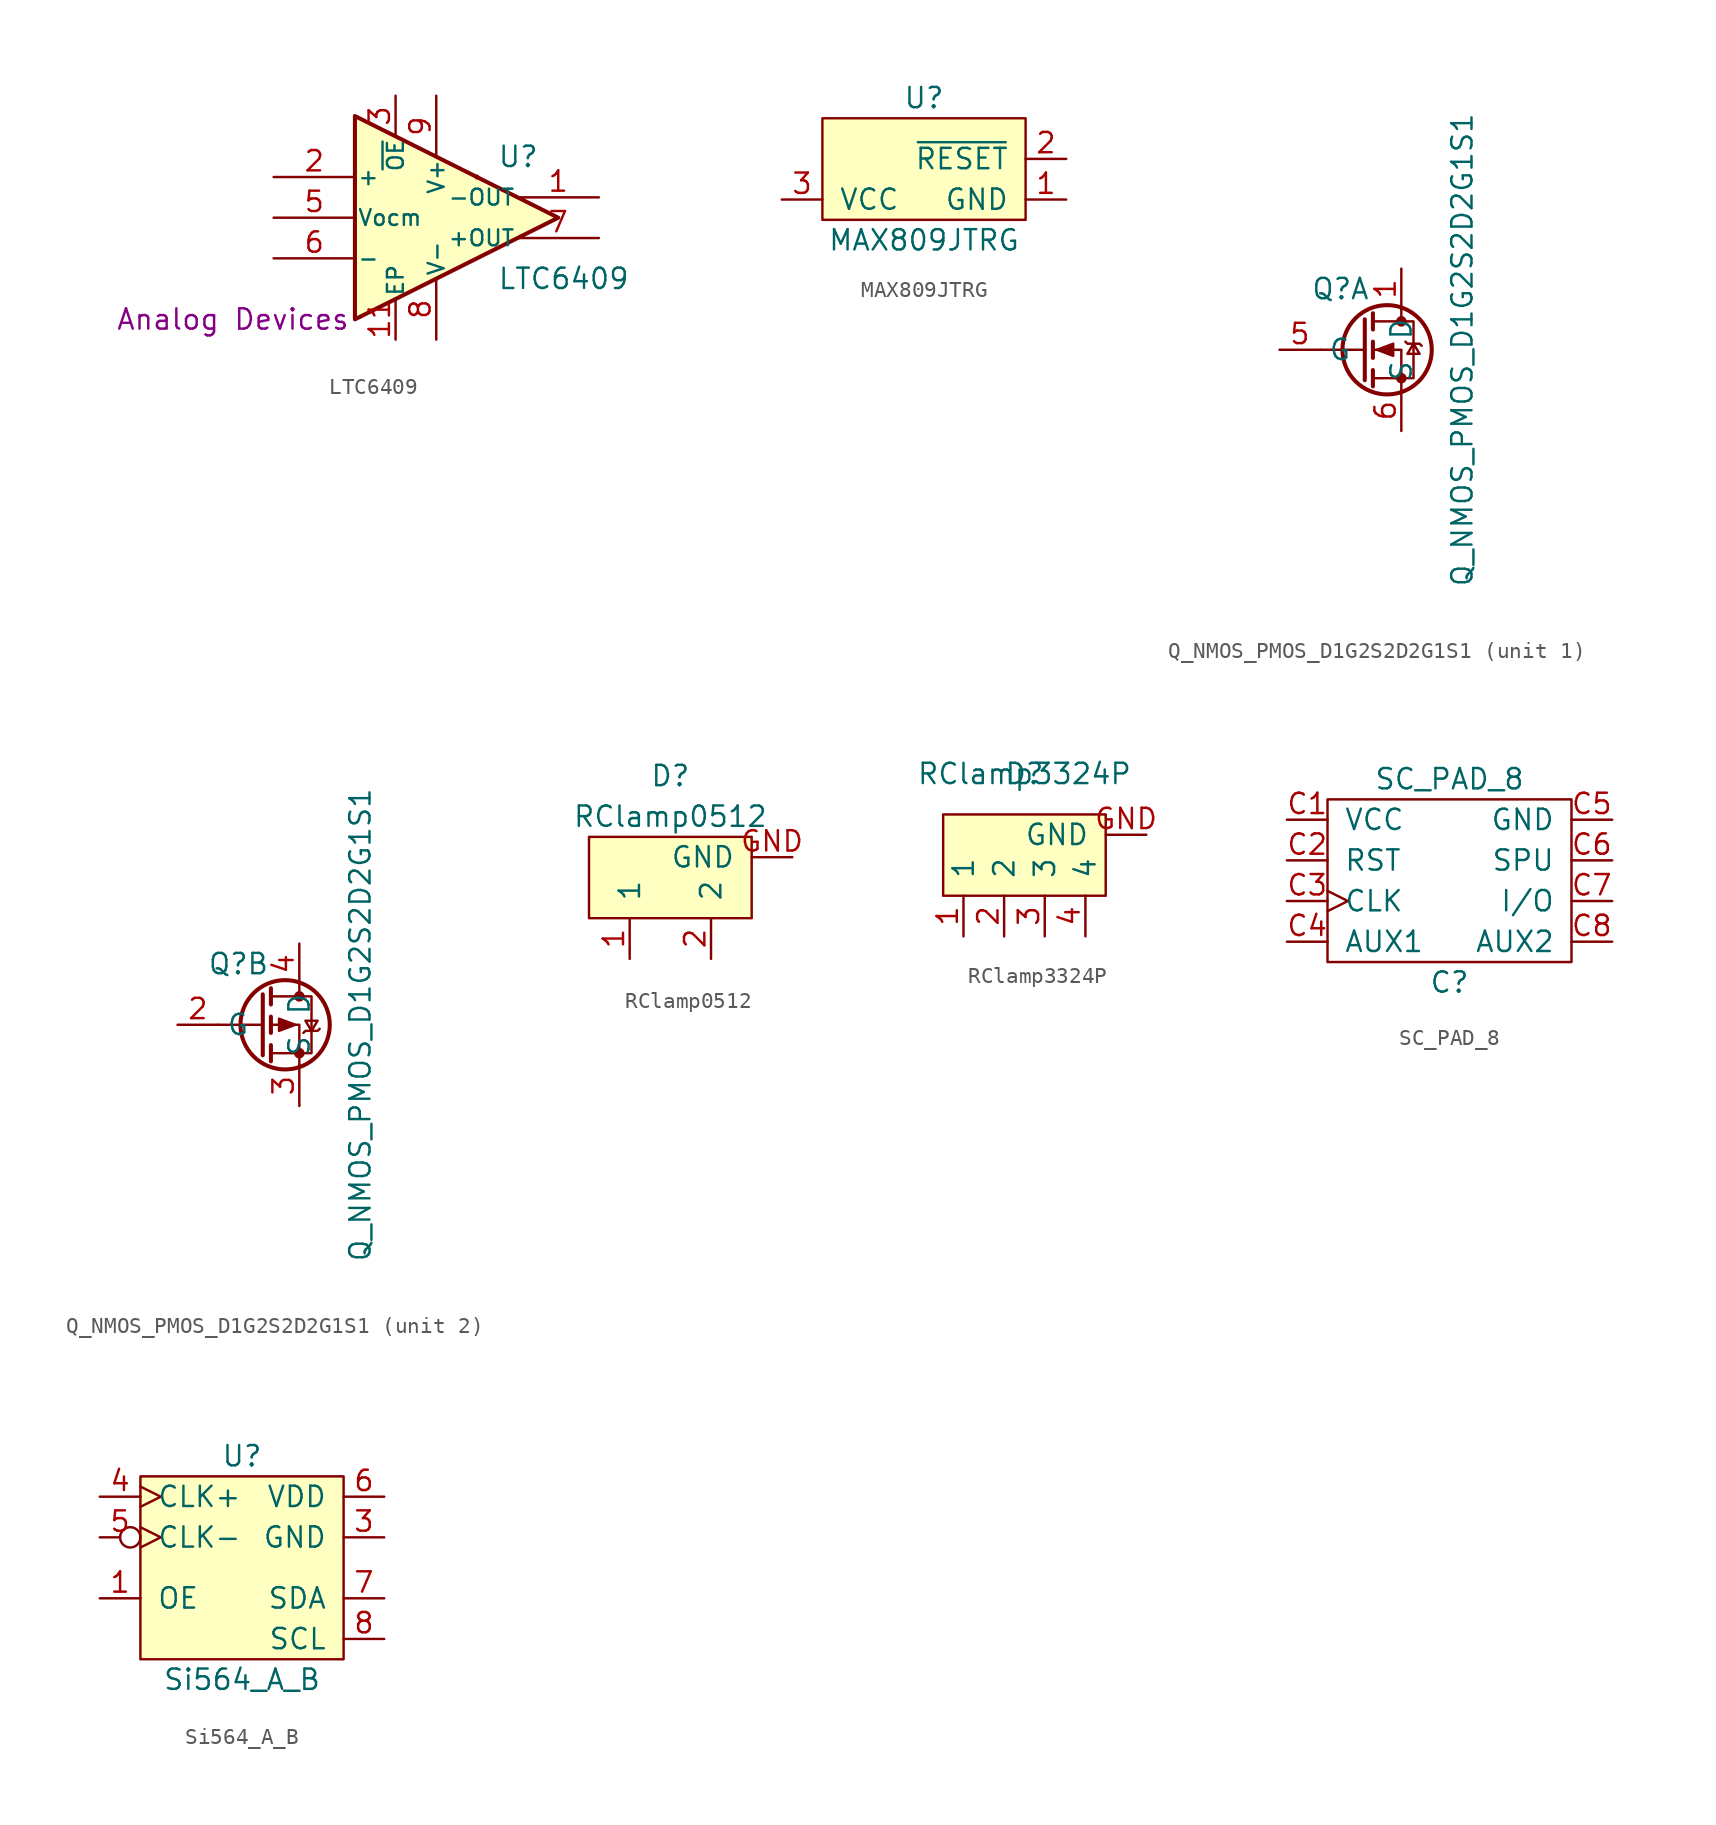
<source format=kicad_sym>
(kicad_symbol_lib
  (version 20211014)
  (generator kicad_symbol_editor)
  (symbol "LTC6409"
    (pin_names
      (offset 0.127))
    (property "Reference" "U"
      (at 3.81 3.81 0)
      (effects (font (size 1.27 1.27)) (justify left)))
    (property "Value" "LTC6409"
      (at 3.81 -3.81 0)
      (effects (font (size 1.27 1.27)) (justify left)))
    (property "MFR" "Analog Devices"
      (at -12.7 -6.35 0)
      (effects (font (size 1.27 1.27))))
    (symbol "LTC6409_0_1"
      (polyline (pts (xy -5.08 6.35) (xy -5.08 -6.35) (xy 7.62 0) (xy -5.08 6.35)) (stroke (width 0.254) (type default) (color 0 0 0 0)) (fill (type background)))
      (circle (center 2.54 2.54) (radius 0.0001) (stroke (width 0) (type default) (color 0 0 0 0)) (fill (type none))))
    (symbol "LTC6409_1_1"
      (pin output line (at 10.16 1.27 180) (length 5.08) (name "-OUT" (effects (font (size 0.991 0.991)))) (number "1" (effects (font (size 1.27 1.27)))))
      (pin passive line (at 0 -7.62 90) (length 3.81) hide (name "V-" (effects (font (size 0.991 0.991)))) (number "10" (effects (font (size 1.27 1.27)))))
      (pin passive line (at -2.54 -7.62 90) (length 2.54) (name "EP" (effects (font (size 0.991 0.991)))) (number "11" (effects (font (size 1.27 1.27)))))
      (pin input line (at -10.16 2.54 0) (length 5.08) (name "+" (effects (font (size 0.991 0.991)))) (number "2" (effects (font (size 1.27 1.27)))))
      (pin passive line (at -2.54 7.62 270) (length 2.54) (name "~{OE}" (effects (font (size 0.991 0.991)))) (number "3" (effects (font (size 1.27 1.27)))))
      (pin passive line (at 0 7.62 270) (length 3.81) hide (name "V+" (effects (font (size 0.991 0.991)))) (number "4" (effects (font (size 1.27 1.27)))))
      (pin input line (at -10.16 0 0) (length 5.08) (name "Vocm" (effects (font (size 0.991 0.991)))) (number "5" (effects (font (size 1.27 1.27)))))
      (pin input line (at -10.16 -2.54 0) (length 5.08) (name "-" (effects (font (size 0.991 0.991)))) (number "6" (effects (font (size 1.27 1.27)))))
      (pin output line (at 10.16 -1.27 180) (length 5.08) (name "+OUT" (effects (font (size 0.991 0.991)))) (number "7" (effects (font (size 1.27 1.27)))))
      (pin power_in line (at 0 -7.62 90) (length 3.81) (name "V-" (effects (font (size 0.991 0.991)))) (number "8" (effects (font (size 1.27 1.27)))))
      (pin power_in line (at 0 7.62 270) (length 3.81) (name "V+" (effects (font (size 0.991 0.991)))) (number "9" (effects (font (size 1.27 1.27)))))))
  (symbol "MAX809JTRG"
    (pin_names
      (offset 1.016))
    (property "Reference" "U"
      (at 0 2.54 0)
      (effects (font (size 1.27 1.27))))
    (property "Value" "MAX809JTRG"
      (at 0 -6.35 0)
      (effects (font (size 1.27 1.27))))
    (symbol "MAX809JTRG_0_1"
      (rectangle (start -6.35 1.27) (end 6.35 -5.08) (stroke (width 0) (type default) (color 0 0 0 0)) (fill (type background))))
    (symbol "MAX809JTRG_1_1"
      (pin passive line (at 8.89 -3.81 180) (length 2.54) (name "GND" (effects (font (size 1.27 1.27)))) (number "1" (effects (font (size 1.27 1.27)))))
      (pin passive line (at 8.89 -1.27 180) (length 2.54) (name "~{RESET}" (effects (font (size 1.27 1.27)))) (number "2" (effects (font (size 1.27 1.27)))))
      (pin input line (at -8.89 -3.81 0) (length 2.54) (name "VCC" (effects (font (size 1.27 1.27)))) (number "3" (effects (font (size 1.27 1.27)))))))
  (symbol "Q_NMOS_PMOS_D1G2S2D2G1S1"
    (property "Reference" "Q"
      (at -3.81 3.81 0)
      (effects (font (size 1.27 1.27))))
    (property "Value" "Q_NMOS_PMOS_D1G2S2D2G1S1"
      (at 3.81 0 90)
      (effects (font (size 1.27 1.27))))
    (property "ki_locked" ""
      (at 0 0 0)
      (effects (font (size 1.27 1.27))))
    (symbol "Q_NMOS_PMOS_D1G2S2D2G1S1_1_1"
      (circle (center -0.889 0) (radius 2.794) (stroke (width 0.254) (type default) (color 0 0 0 0)) (fill (type none)))
      (circle (center 0 -1.778) (radius 0.254) (stroke (width 0) (type default) (color 0 0 0 0)) (fill (type outline)))
      (polyline (pts (xy -2.286 0) (xy -5.08 0)) (stroke (width 0) (type default) (color 0 0 0 0)) (fill (type none)))
      (polyline (pts (xy -2.286 1.905) (xy -2.286 -1.905)) (stroke (width 0.254) (type default) (color 0 0 0 0)) (fill (type none)))
      (polyline (pts (xy -1.778 -1.27) (xy -1.778 -2.286)) (stroke (width 0.254) (type default) (color 0 0 0 0)) (fill (type none)))
      (polyline (pts (xy -1.778 0.508) (xy -1.778 -0.508)) (stroke (width 0.254) (type default) (color 0 0 0 0)) (fill (type none)))
      (polyline (pts (xy -1.778 2.286) (xy -1.778 1.27)) (stroke (width 0.254) (type default) (color 0 0 0 0)) (fill (type none)))
      (polyline (pts (xy 0 2.54) (xy 0 1.778)) (stroke (width 0) (type default) (color 0 0 0 0)) (fill (type none)))
      (polyline (pts (xy 0 -2.54) (xy 0 0) (xy -1.778 0)) (stroke (width 0) (type default) (color 0 0 0 0)) (fill (type none)))
      (polyline (pts (xy -1.778 -1.778) (xy 0.762 -1.778) (xy 0.762 1.778) (xy -1.778 1.778)) (stroke (width 0) (type default) (color 0 0 0 0)) (fill (type none)))
      (polyline (pts (xy -1.524 0) (xy -0.508 0.381) (xy -0.508 -0.381) (xy -1.524 0)) (stroke (width 0) (type default) (color 0 0 0 0)) (fill (type outline)))
      (polyline (pts (xy 0.254 0.508) (xy 0.381 0.381) (xy 1.143 0.381) (xy 1.27 0.254)) (stroke (width 0) (type default) (color 0 0 0 0)) (fill (type none)))
      (polyline (pts (xy 0.762 0.381) (xy 0.381 -0.254) (xy 1.143 -0.254) (xy 0.762 0.381)) (stroke (width 0) (type default) (color 0 0 0 0)) (fill (type none)))
      (circle (center 0 1.778) (radius 0.254) (stroke (width 0) (type default) (color 0 0 0 0)) (fill (type outline)))
      (pin passive line (at 0 5.08 270) (length 2.54) (name "D" (effects (font (size 1.27 1.27)))) (number "1" (effects (font (size 1.27 1.27)))))
      (pin input line (at -7.62 0 0) (length 2.54) (name "G" (effects (font (size 1.27 1.27)))) (number "5" (effects (font (size 1.27 1.27)))))
      (pin passive line (at 0 -5.08 90) (length 2.54) (name "S" (effects (font (size 1.27 1.27)))) (number "6" (effects (font (size 1.27 1.27))))))
    (symbol "Q_NMOS_PMOS_D1G2S2D2G1S1_2_1"
      (circle (center -0.889 0) (radius 2.794) (stroke (width 0.254) (type default) (color 0 0 0 0)) (fill (type none)))
      (circle (center 0 -1.778) (radius 0.254) (stroke (width 0) (type default) (color 0 0 0 0)) (fill (type outline)))
      (polyline (pts (xy -2.286 0) (xy -5.08 0)) (stroke (width 0) (type default) (color 0 0 0 0)) (fill (type none)))
      (polyline (pts (xy -2.286 1.905) (xy -2.286 -1.905)) (stroke (width 0.254) (type default) (color 0 0 0 0)) (fill (type none)))
      (polyline (pts (xy -1.778 -1.27) (xy -1.778 -2.286)) (stroke (width 0.254) (type default) (color 0 0 0 0)) (fill (type none)))
      (polyline (pts (xy -1.778 0.508) (xy -1.778 -0.508)) (stroke (width 0.254) (type default) (color 0 0 0 0)) (fill (type none)))
      (polyline (pts (xy -1.778 2.286) (xy -1.778 1.27)) (stroke (width 0.254) (type default) (color 0 0 0 0)) (fill (type none)))
      (polyline (pts (xy 0 2.54) (xy 0 1.778)) (stroke (width 0) (type default) (color 0 0 0 0)) (fill (type none)))
      (polyline (pts (xy 0 -2.54) (xy 0 0) (xy -1.778 0)) (stroke (width 0) (type default) (color 0 0 0 0)) (fill (type none)))
      (polyline (pts (xy -1.778 1.778) (xy 0.762 1.778) (xy 0.762 -1.778) (xy -1.778 -1.778)) (stroke (width 0) (type default) (color 0 0 0 0)) (fill (type none)))
      (polyline (pts (xy -0.254 0) (xy -1.27 0.381) (xy -1.27 -0.381) (xy -0.254 0)) (stroke (width 0) (type default) (color 0 0 0 0)) (fill (type outline)))
      (polyline (pts (xy 0.254 -0.508) (xy 0.381 -0.381) (xy 1.143 -0.381) (xy 1.27 -0.254)) (stroke (width 0) (type default) (color 0 0 0 0)) (fill (type none)))
      (polyline (pts (xy 0.762 -0.381) (xy 0.381 0.254) (xy 1.143 0.254) (xy 0.762 -0.381)) (stroke (width 0) (type default) (color 0 0 0 0)) (fill (type none)))
      (circle (center 0 1.778) (radius 0.254) (stroke (width 0) (type default) (color 0 0 0 0)) (fill (type outline)))
      (pin input line (at -7.62 0 0) (length 2.54) (name "G" (effects (font (size 1.27 1.27)))) (number "2" (effects (font (size 1.27 1.27)))))
      (pin passive line (at 0 -5.08 90) (length 2.54) (name "S" (effects (font (size 1.27 1.27)))) (number "3" (effects (font (size 1.27 1.27)))))
      (pin passive line (at 0 5.08 270) (length 2.54) (name "D" (effects (font (size 1.27 1.27)))) (number "4" (effects (font (size 1.27 1.27)))))))
  (symbol "RClamp0512"
    (pin_names
      (offset 1.016))
    (property "Reference" "D"
      (at 0 6.35 0)
      (effects (font (size 1.27 1.27))))
    (property "Value" "RClamp0512"
      (at 0 3.81 0)
      (effects (font (size 1.27 1.27))))
    (symbol "RClamp0512_0_1"
      (rectangle (start 5.08 -2.54) (end -5.08 2.54) (stroke (width 0) (type default) (color 0 0 0 0)) (fill (type background))))
    (symbol "RClamp0512_1_1"
      (pin passive line (at -2.54 -5.08 90) (length 2.54) (name "1" (effects (font (size 1.27 1.27)))) (number "1" (effects (font (size 1.27 1.27)))))
      (pin passive line (at 2.54 -5.08 90) (length 2.54) (name "2" (effects (font (size 1.27 1.27)))) (number "2" (effects (font (size 1.27 1.27)))))
      (pin passive line (at 7.62 1.27 180) (length 2.54) (name "GND" (effects (font (size 1.27 1.27)))) (number "GND" (effects (font (size 1.27 1.27)))))))
  (symbol "RClamp3324P"
    (pin_names
      (offset 1.016))
    (property "Reference" "D"
      (at 0 3.81 0)
      (effects (font (size 1.27 1.27))))
    (property "Value" "RClamp3324P"
      (at 0 3.81 0)
      (effects (font (size 1.27 1.27))))
    (symbol "RClamp3324P_0_1"
      (rectangle (start 5.08 -3.81) (end -5.08 1.27) (stroke (width 0) (type default) (color 0 0 0 0)) (fill (type background))))
    (symbol "RClamp3324P_1_1"
      (pin passive line (at -3.81 -6.35 90) (length 2.54) (name "1" (effects (font (size 1.27 1.27)))) (number "1" (effects (font (size 1.27 1.27)))))
      (pin passive line (at -1.27 -6.35 90) (length 2.54) (name "2" (effects (font (size 1.27 1.27)))) (number "2" (effects (font (size 1.27 1.27)))))
      (pin passive line (at 1.27 -6.35 90) (length 2.54) (name "3" (effects (font (size 1.27 1.27)))) (number "3" (effects (font (size 1.27 1.27)))))
      (pin passive line (at 3.81 -6.35 90) (length 2.54) (name "4" (effects (font (size 1.27 1.27)))) (number "4" (effects (font (size 1.27 1.27)))))
      (pin passive line (at 7.62 0 180) (length 2.54) (name "GND" (effects (font (size 1.27 1.27)))) (number "GND" (effects (font (size 1.27 1.27)))))))
  (symbol "SC_PAD_8"
    (pin_names
      (offset 1.016))
    (property "Reference" "C"
      (at 0 -6.35 0)
      (effects (font (size 1.27 1.27))))
    (property "Value" "SC_PAD_8"
      (at 0 6.35 0)
      (effects (font (size 1.27 1.27))))
    (symbol "SC_PAD_8_0_1"
      (rectangle (start -7.62 5.08) (end 7.62 -5.08) (stroke (width 0) (type default) (color 0 0 0 0)) (fill (type none))))
    (symbol "SC_PAD_8_1_1"
      (pin power_in line (at -10.16 3.81 0) (length 2.54) (name "VCC" (effects (font (size 1.27 1.27)))) (number "C1" (effects (font (size 1.27 1.27)))))
      (pin input line (at -10.16 1.27 0) (length 2.54) (name "RST" (effects (font (size 1.27 1.27)))) (number "C2" (effects (font (size 1.27 1.27)))))
      (pin input clock (at -10.16 -1.27 0) (length 2.54) (name "CLK" (effects (font (size 1.27 1.27)))) (number "C3" (effects (font (size 1.27 1.27)))))
      (pin bidirectional line (at -10.16 -3.81 0) (length 2.54) (name "AUX1" (effects (font (size 1.27 1.27)))) (number "C4" (effects (font (size 1.27 1.27)))))
      (pin power_in line (at 10.16 3.81 180) (length 2.54) (name "GND" (effects (font (size 1.27 1.27)))) (number "C5" (effects (font (size 1.27 1.27)))))
      (pin bidirectional line (at 10.16 1.27 180) (length 2.54) (name "SPU" (effects (font (size 1.27 1.27)))) (number "C6" (effects (font (size 1.27 1.27)))))
      (pin bidirectional line (at 10.16 -1.27 180) (length 2.54) (name "I/O" (effects (font (size 1.27 1.27)))) (number "C7" (effects (font (size 1.27 1.27)))))
      (pin bidirectional line (at 10.16 -3.81 180) (length 2.54) (name "AUX2" (effects (font (size 1.27 1.27)))) (number "C8" (effects (font (size 1.27 1.27)))))))
  (symbol "Si564_A_B"
    (pin_names
      (offset 1.016))
    (property "Reference" "U"
      (at 0 6.35 0)
      (effects (font (size 1.27 1.27))))
    (property "Value" "Si564_A_B"
      (at 0 -7.62 0)
      (effects (font (size 1.27 1.27))))
    (symbol "Si564_A_B_0_1"
      (rectangle (start -6.35 5.08) (end 6.35 -6.35) (stroke (width 0) (type default) (color 0 0 0 0)) (fill (type background)))
      (pin passive line (at 8.89 1.27 180) (length 2.54) (name "GND" (effects (font (size 1.27 1.27)))) (number "3" (effects (font (size 1.27 1.27)))))
      (pin passive clock (at -8.89 3.81 0) (length 2.54) (name "CLK+" (effects (font (size 1.27 1.27)))) (number "4" (effects (font (size 1.27 1.27)))))
      (pin passive inverted_clock (at -8.89 1.27 0) (length 2.54) (name "CLK-" (effects (font (size 1.27 1.27)))) (number "5" (effects (font (size 1.27 1.27)))))
      (pin power_in line (at 8.89 3.81 180) (length 2.54) (name "VDD" (effects (font (size 1.27 1.27)))) (number "6" (effects (font (size 1.27 1.27)))))
      (pin passive line (at 8.89 -2.54 180) (length 2.54) (name "SDA" (effects (font (size 1.27 1.27)))) (number "7" (effects (font (size 1.27 1.27)))))
      (pin passive line (at 8.89 -5.08 180) (length 2.54) (name "SCL" (effects (font (size 1.27 1.27)))) (number "8" (effects (font (size 1.27 1.27))))))
    (symbol "Si564_A_B_1_1"
      (pin passive line (at -8.89 -2.54 0) (length 2.54) (name "OE" (effects (font (size 1.27 1.27)))) (number "1" (effects (font (size 1.27 1.27)))))
      (pin no_connect non_logic (at -8.89 -5.08 0) (length 2.54) hide (name "NC" (effects (font (size 1.27 1.27)))) (number "2" (effects (font (size 1.27 1.27))))))))
</source>
